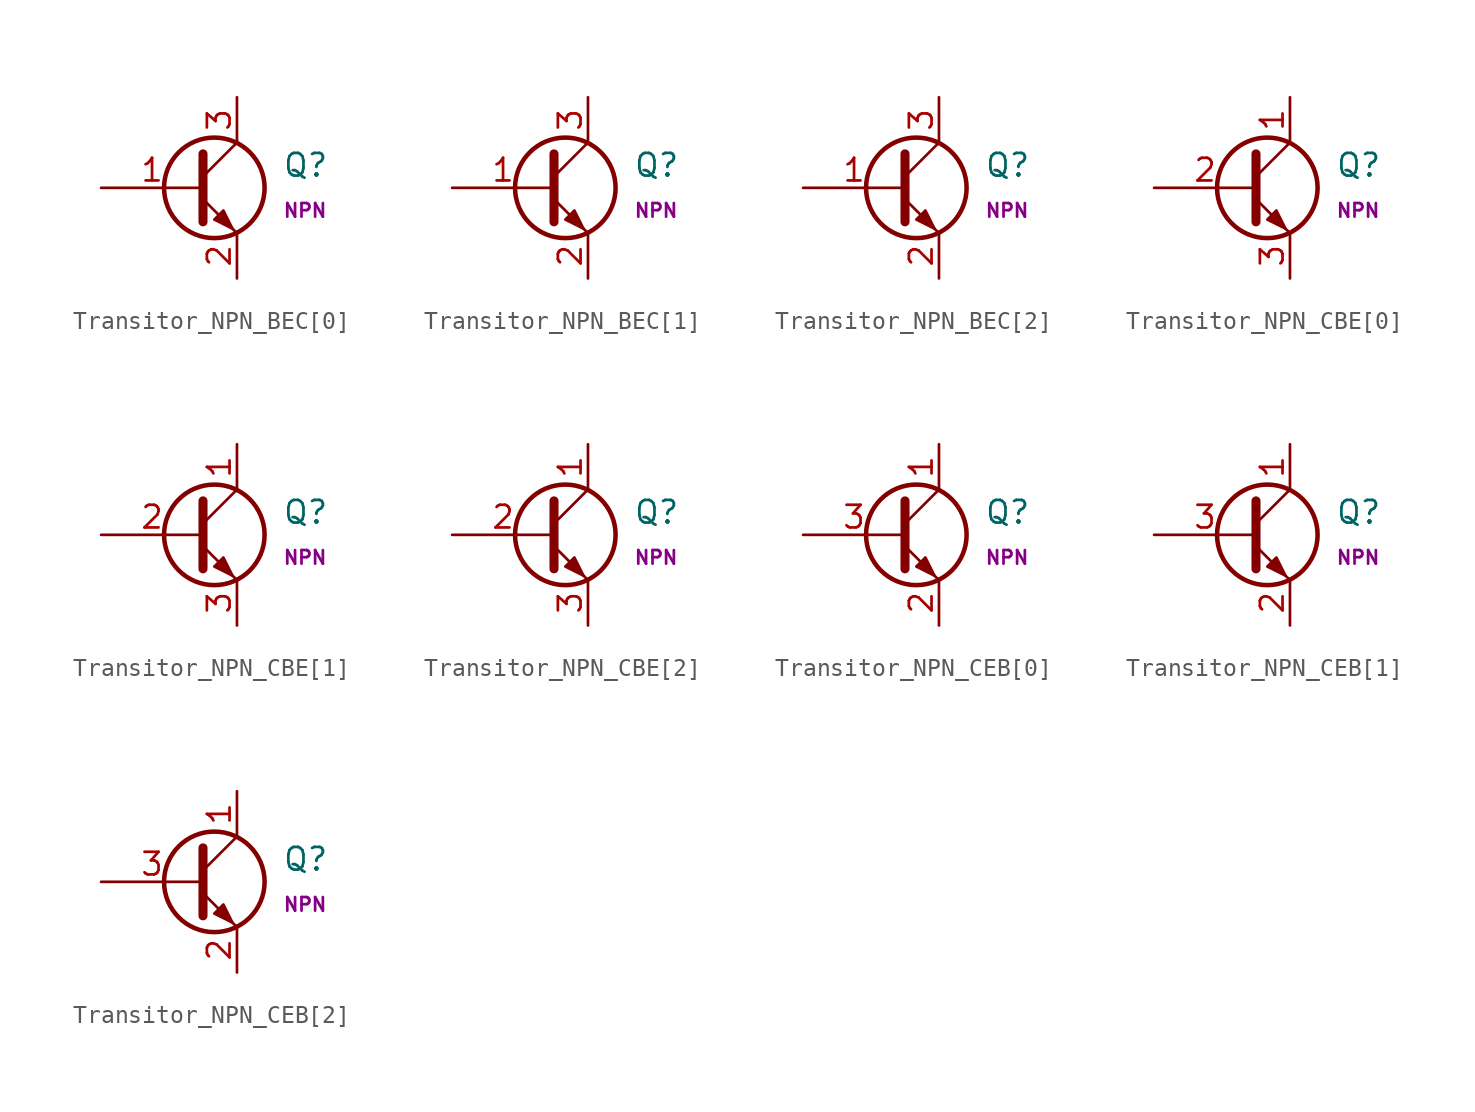
<source format=kicad_sym>
(kicad_symbol_lib
  (version 20211014)
  (generator kicad_symbol_editor)
  (symbol "Transitor_NPN_BEC[0]"
    (pin_names
      (offset 0) hide)
    (property "Reference" "Q"
      (at 5.08 1.27 0)
      (effects (font (size 1.27 1.27)) (justify left)))
    (property "Name" "NPN"
      (at 5.08 -1.27 0)
      (effects (font (size 0.762 0.762)) (justify left)))
    (symbol "Transitor_NPN_BEC[0]_0_1"
      (polyline (pts (xy 0.635 0.635) (xy 2.54 2.54)) (stroke (width 0) (type default) (color 0 0 0 0)) (fill (type none)))
      (polyline (pts (xy 0.635 -0.635) (xy 2.54 -2.54) (xy 2.54 -2.54)) (stroke (width 0) (type default) (color 0 0 0 0)) (fill (type none)))
      (polyline (pts (xy 0.635 1.905) (xy 0.635 -1.905) (xy 0.635 -1.905)) (stroke (width 0.508) (type default) (color 0 0 0 0)) (fill (type none)))
      (polyline (pts (xy 1.27 -1.778) (xy 1.778 -1.27) (xy 2.286 -2.286) (xy 1.27 -1.778) (xy 1.27 -1.778)) (stroke (width 0) (type default) (color 0 0 0 0)) (fill (type outline)))
      (circle (center 1.27 0) (radius 2.819) (stroke (width 0.254) (type default) (color 0 0 0 0)) (fill (type none))))
    (symbol "Transitor_NPN_BEC[0]_1_1"
      (pin input line (at -5.08 0 0) (length 5.715) (name "B" (effects (font (size 1.27 1.27)))) (number "1" (effects (font (size 1.27 1.27)))))
      (pin passive line (at 2.54 -5.08 90) (length 2.54) (name "E" (effects (font (size 1.27 1.27)))) (number "2" (effects (font (size 1.27 1.27)))))
      (pin passive line (at 2.54 5.08 270) (length 2.54) (name "C" (effects (font (size 1.27 1.27)))) (number "3" (effects (font (size 1.27 1.27)))))))
  (symbol "Transitor_NPN_BEC[1]"
    (pin_names
      (offset 0) hide)
    (property "Reference" "Q"
      (at 5.08 1.27 0)
      (effects (font (size 1.27 1.27)) (justify left)))
    (property "Name" "NPN"
      (at 5.08 -1.27 0)
      (effects (font (size 0.762 0.762)) (justify left)))
    (symbol "Transitor_NPN_BEC[1]_0_1"
      (polyline (pts (xy 0.635 0.635) (xy 2.54 2.54)) (stroke (width 0) (type default) (color 0 0 0 0)) (fill (type none)))
      (polyline (pts (xy 0.635 -0.635) (xy 2.54 -2.54) (xy 2.54 -2.54)) (stroke (width 0) (type default) (color 0 0 0 0)) (fill (type none)))
      (polyline (pts (xy 0.635 1.905) (xy 0.635 -1.905) (xy 0.635 -1.905)) (stroke (width 0.508) (type default) (color 0 0 0 0)) (fill (type none)))
      (polyline (pts (xy 1.27 -1.778) (xy 1.778 -1.27) (xy 2.286 -2.286) (xy 1.27 -1.778) (xy 1.27 -1.778)) (stroke (width 0) (type default) (color 0 0 0 0)) (fill (type outline)))
      (circle (center 1.27 0) (radius 2.819) (stroke (width 0.254) (type default) (color 0 0 0 0)) (fill (type none))))
    (symbol "Transitor_NPN_BEC[1]_1_1"
      (pin input line (at -5.08 0 0) (length 5.715) (name "B" (effects (font (size 1.27 1.27)))) (number "1" (effects (font (size 1.27 1.27)))))
      (pin passive line (at 2.54 -5.08 90) (length 2.54) (name "E" (effects (font (size 1.27 1.27)))) (number "2" (effects (font (size 1.27 1.27)))))
      (pin passive line (at 2.54 5.08 270) (length 2.54) (name "C" (effects (font (size 1.27 1.27)))) (number "3" (effects (font (size 1.27 1.27)))))))
  (symbol "Transitor_NPN_BEC[2]"
    (pin_names
      (offset 0) hide)
    (property "Reference" "Q"
      (at 5.08 1.27 0)
      (effects (font (size 1.27 1.27)) (justify left)))
    (property "Name" "NPN"
      (at 5.08 -1.27 0)
      (effects (font (size 0.762 0.762)) (justify left)))
    (symbol "Transitor_NPN_BEC[2]_0_1"
      (polyline (pts (xy 0.635 0.635) (xy 2.54 2.54)) (stroke (width 0) (type default) (color 0 0 0 0)) (fill (type none)))
      (polyline (pts (xy 0.635 -0.635) (xy 2.54 -2.54) (xy 2.54 -2.54)) (stroke (width 0) (type default) (color 0 0 0 0)) (fill (type none)))
      (polyline (pts (xy 0.635 1.905) (xy 0.635 -1.905) (xy 0.635 -1.905)) (stroke (width 0.508) (type default) (color 0 0 0 0)) (fill (type none)))
      (polyline (pts (xy 1.27 -1.778) (xy 1.778 -1.27) (xy 2.286 -2.286) (xy 1.27 -1.778) (xy 1.27 -1.778)) (stroke (width 0) (type default) (color 0 0 0 0)) (fill (type outline)))
      (circle (center 1.27 0) (radius 2.819) (stroke (width 0.254) (type default) (color 0 0 0 0)) (fill (type none))))
    (symbol "Transitor_NPN_BEC[2]_1_1"
      (pin input line (at -5.08 0 0) (length 5.715) (name "B" (effects (font (size 1.27 1.27)))) (number "1" (effects (font (size 1.27 1.27)))))
      (pin passive line (at 2.54 -5.08 90) (length 2.54) (name "E" (effects (font (size 1.27 1.27)))) (number "2" (effects (font (size 1.27 1.27)))))
      (pin passive line (at 2.54 5.08 270) (length 2.54) (name "C" (effects (font (size 1.27 1.27)))) (number "3" (effects (font (size 1.27 1.27)))))))
  (symbol "Transitor_NPN_CBE[0]"
    (pin_names
      (offset 0) hide)
    (property "Reference" "Q"
      (at 5.08 1.27 0)
      (effects (font (size 1.27 1.27)) (justify left)))
    (property "Name" "NPN"
      (at 5.08 -1.27 0)
      (effects (font (size 0.762 0.762)) (justify left)))
    (symbol "Transitor_NPN_CBE[0]_0_1"
      (polyline (pts (xy 0.635 0.635) (xy 2.54 2.54)) (stroke (width 0) (type default) (color 0 0 0 0)) (fill (type none)))
      (polyline (pts (xy 0.635 -0.635) (xy 2.54 -2.54) (xy 2.54 -2.54)) (stroke (width 0) (type default) (color 0 0 0 0)) (fill (type none)))
      (polyline (pts (xy 0.635 1.905) (xy 0.635 -1.905) (xy 0.635 -1.905)) (stroke (width 0.508) (type default) (color 0 0 0 0)) (fill (type none)))
      (polyline (pts (xy 1.27 -1.778) (xy 1.778 -1.27) (xy 2.286 -2.286) (xy 1.27 -1.778) (xy 1.27 -1.778)) (stroke (width 0) (type default) (color 0 0 0 0)) (fill (type outline)))
      (circle (center 1.27 0) (radius 2.819) (stroke (width 0.254) (type default) (color 0 0 0 0)) (fill (type none))))
    (symbol "Transitor_NPN_CBE[0]_1_1"
      (pin passive line (at 2.54 5.08 270) (length 2.54) (name "C" (effects (font (size 1.27 1.27)))) (number "1" (effects (font (size 1.27 1.27)))))
      (pin input line (at -5.08 0 0) (length 5.715) (name "B" (effects (font (size 1.27 1.27)))) (number "2" (effects (font (size 1.27 1.27)))))
      (pin passive line (at 2.54 -5.08 90) (length 2.54) (name "E" (effects (font (size 1.27 1.27)))) (number "3" (effects (font (size 1.27 1.27)))))))
  (symbol "Transitor_NPN_CBE[1]"
    (pin_names
      (offset 0) hide)
    (property "Reference" "Q"
      (at 5.08 1.27 0)
      (effects (font (size 1.27 1.27)) (justify left)))
    (property "Name" "NPN"
      (at 5.08 -1.27 0)
      (effects (font (size 0.762 0.762)) (justify left)))
    (symbol "Transitor_NPN_CBE[1]_0_1"
      (polyline (pts (xy 0.635 0.635) (xy 2.54 2.54)) (stroke (width 0) (type default) (color 0 0 0 0)) (fill (type none)))
      (polyline (pts (xy 0.635 -0.635) (xy 2.54 -2.54) (xy 2.54 -2.54)) (stroke (width 0) (type default) (color 0 0 0 0)) (fill (type none)))
      (polyline (pts (xy 0.635 1.905) (xy 0.635 -1.905) (xy 0.635 -1.905)) (stroke (width 0.508) (type default) (color 0 0 0 0)) (fill (type none)))
      (polyline (pts (xy 1.27 -1.778) (xy 1.778 -1.27) (xy 2.286 -2.286) (xy 1.27 -1.778) (xy 1.27 -1.778)) (stroke (width 0) (type default) (color 0 0 0 0)) (fill (type outline)))
      (circle (center 1.27 0) (radius 2.819) (stroke (width 0.254) (type default) (color 0 0 0 0)) (fill (type none))))
    (symbol "Transitor_NPN_CBE[1]_1_1"
      (pin passive line (at 2.54 5.08 270) (length 2.54) (name "C" (effects (font (size 1.27 1.27)))) (number "1" (effects (font (size 1.27 1.27)))))
      (pin input line (at -5.08 0 0) (length 5.715) (name "B" (effects (font (size 1.27 1.27)))) (number "2" (effects (font (size 1.27 1.27)))))
      (pin passive line (at 2.54 -5.08 90) (length 2.54) (name "E" (effects (font (size 1.27 1.27)))) (number "3" (effects (font (size 1.27 1.27)))))))
  (symbol "Transitor_NPN_CBE[2]"
    (pin_names
      (offset 0) hide)
    (property "Reference" "Q"
      (at 5.08 1.27 0)
      (effects (font (size 1.27 1.27)) (justify left)))
    (property "Name" "NPN"
      (at 5.08 -1.27 0)
      (effects (font (size 0.762 0.762)) (justify left)))
    (symbol "Transitor_NPN_CBE[2]_0_1"
      (polyline (pts (xy 0.635 0.635) (xy 2.54 2.54)) (stroke (width 0) (type default) (color 0 0 0 0)) (fill (type none)))
      (polyline (pts (xy 0.635 -0.635) (xy 2.54 -2.54) (xy 2.54 -2.54)) (stroke (width 0) (type default) (color 0 0 0 0)) (fill (type none)))
      (polyline (pts (xy 0.635 1.905) (xy 0.635 -1.905) (xy 0.635 -1.905)) (stroke (width 0.508) (type default) (color 0 0 0 0)) (fill (type none)))
      (polyline (pts (xy 1.27 -1.778) (xy 1.778 -1.27) (xy 2.286 -2.286) (xy 1.27 -1.778) (xy 1.27 -1.778)) (stroke (width 0) (type default) (color 0 0 0 0)) (fill (type outline)))
      (circle (center 1.27 0) (radius 2.819) (stroke (width 0.254) (type default) (color 0 0 0 0)) (fill (type none))))
    (symbol "Transitor_NPN_CBE[2]_1_1"
      (pin passive line (at 2.54 5.08 270) (length 2.54) (name "C" (effects (font (size 1.27 1.27)))) (number "1" (effects (font (size 1.27 1.27)))))
      (pin input line (at -5.08 0 0) (length 5.715) (name "B" (effects (font (size 1.27 1.27)))) (number "2" (effects (font (size 1.27 1.27)))))
      (pin passive line (at 2.54 -5.08 90) (length 2.54) (name "E" (effects (font (size 1.27 1.27)))) (number "3" (effects (font (size 1.27 1.27)))))))
  (symbol "Transitor_NPN_CEB[0]"
    (pin_names
      (offset 0) hide)
    (property "Reference" "Q"
      (at 5.08 1.27 0)
      (effects (font (size 1.27 1.27)) (justify left)))
    (property "Name" "NPN"
      (at 5.08 -1.27 0)
      (effects (font (size 0.762 0.762)) (justify left)))
    (symbol "Transitor_NPN_CEB[0]_0_1"
      (polyline (pts (xy 0.635 0.635) (xy 2.54 2.54)) (stroke (width 0) (type default) (color 0 0 0 0)) (fill (type none)))
      (polyline (pts (xy 0.635 -0.635) (xy 2.54 -2.54) (xy 2.54 -2.54)) (stroke (width 0) (type default) (color 0 0 0 0)) (fill (type none)))
      (polyline (pts (xy 0.635 1.905) (xy 0.635 -1.905) (xy 0.635 -1.905)) (stroke (width 0.508) (type default) (color 0 0 0 0)) (fill (type none)))
      (polyline (pts (xy 1.27 -1.778) (xy 1.778 -1.27) (xy 2.286 -2.286) (xy 1.27 -1.778) (xy 1.27 -1.778)) (stroke (width 0) (type default) (color 0 0 0 0)) (fill (type outline)))
      (circle (center 1.27 0) (radius 2.819) (stroke (width 0.254) (type default) (color 0 0 0 0)) (fill (type none))))
    (symbol "Transitor_NPN_CEB[0]_1_1"
      (pin passive line (at 2.54 5.08 270) (length 2.54) (name "C" (effects (font (size 1.27 1.27)))) (number "1" (effects (font (size 1.27 1.27)))))
      (pin passive line (at 2.54 -5.08 90) (length 2.54) (name "E" (effects (font (size 1.27 1.27)))) (number "2" (effects (font (size 1.27 1.27)))))
      (pin input line (at -5.08 0 0) (length 5.715) (name "B" (effects (font (size 1.27 1.27)))) (number "3" (effects (font (size 1.27 1.27)))))))
  (symbol "Transitor_NPN_CEB[1]"
    (pin_names
      (offset 0) hide)
    (property "Reference" "Q"
      (at 5.08 1.27 0)
      (effects (font (size 1.27 1.27)) (justify left)))
    (property "Name" "NPN"
      (at 5.08 -1.27 0)
      (effects (font (size 0.762 0.762)) (justify left)))
    (symbol "Transitor_NPN_CEB[1]_0_1"
      (polyline (pts (xy 0.635 0.635) (xy 2.54 2.54)) (stroke (width 0) (type default) (color 0 0 0 0)) (fill (type none)))
      (polyline (pts (xy 0.635 -0.635) (xy 2.54 -2.54) (xy 2.54 -2.54)) (stroke (width 0) (type default) (color 0 0 0 0)) (fill (type none)))
      (polyline (pts (xy 0.635 1.905) (xy 0.635 -1.905) (xy 0.635 -1.905)) (stroke (width 0.508) (type default) (color 0 0 0 0)) (fill (type none)))
      (polyline (pts (xy 1.27 -1.778) (xy 1.778 -1.27) (xy 2.286 -2.286) (xy 1.27 -1.778) (xy 1.27 -1.778)) (stroke (width 0) (type default) (color 0 0 0 0)) (fill (type outline)))
      (circle (center 1.27 0) (radius 2.819) (stroke (width 0.254) (type default) (color 0 0 0 0)) (fill (type none))))
    (symbol "Transitor_NPN_CEB[1]_1_1"
      (pin passive line (at 2.54 5.08 270) (length 2.54) (name "C" (effects (font (size 1.27 1.27)))) (number "1" (effects (font (size 1.27 1.27)))))
      (pin passive line (at 2.54 -5.08 90) (length 2.54) (name "E" (effects (font (size 1.27 1.27)))) (number "2" (effects (font (size 1.27 1.27)))))
      (pin input line (at -5.08 0 0) (length 5.715) (name "B" (effects (font (size 1.27 1.27)))) (number "3" (effects (font (size 1.27 1.27)))))))
  (symbol "Transitor_NPN_CEB[2]"
    (pin_names
      (offset 0) hide)
    (property "Reference" "Q"
      (at 5.08 1.27 0)
      (effects (font (size 1.27 1.27)) (justify left)))
    (property "Name" "NPN"
      (at 5.08 -1.27 0)
      (effects (font (size 0.762 0.762)) (justify left)))
    (symbol "Transitor_NPN_CEB[2]_0_1"
      (polyline (pts (xy 0.635 0.635) (xy 2.54 2.54)) (stroke (width 0) (type default) (color 0 0 0 0)) (fill (type none)))
      (polyline (pts (xy 0.635 -0.635) (xy 2.54 -2.54) (xy 2.54 -2.54)) (stroke (width 0) (type default) (color 0 0 0 0)) (fill (type none)))
      (polyline (pts (xy 0.635 1.905) (xy 0.635 -1.905) (xy 0.635 -1.905)) (stroke (width 0.508) (type default) (color 0 0 0 0)) (fill (type none)))
      (polyline (pts (xy 1.27 -1.778) (xy 1.778 -1.27) (xy 2.286 -2.286) (xy 1.27 -1.778) (xy 1.27 -1.778)) (stroke (width 0) (type default) (color 0 0 0 0)) (fill (type outline)))
      (circle (center 1.27 0) (radius 2.819) (stroke (width 0.254) (type default) (color 0 0 0 0)) (fill (type none))))
    (symbol "Transitor_NPN_CEB[2]_1_1"
      (pin passive line (at 2.54 5.08 270) (length 2.54) (name "C" (effects (font (size 1.27 1.27)))) (number "1" (effects (font (size 1.27 1.27)))))
      (pin passive line (at 2.54 -5.08 90) (length 2.54) (name "E" (effects (font (size 1.27 1.27)))) (number "2" (effects (font (size 1.27 1.27)))))
      (pin input line (at -5.08 0 0) (length 5.715) (name "B" (effects (font (size 1.27 1.27)))) (number "3" (effects (font (size 1.27 1.27))))))))
</source>
